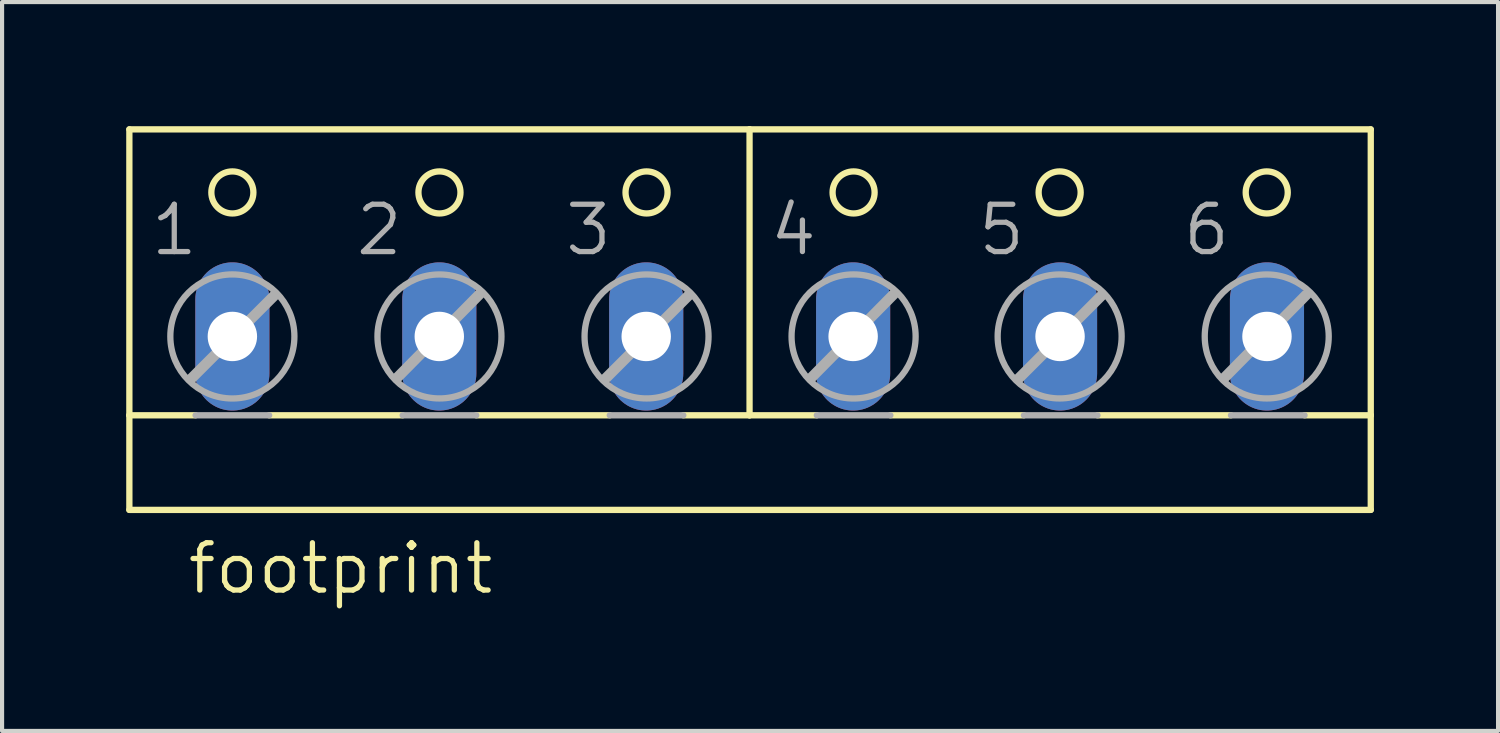
<source format=kicad_pcb>
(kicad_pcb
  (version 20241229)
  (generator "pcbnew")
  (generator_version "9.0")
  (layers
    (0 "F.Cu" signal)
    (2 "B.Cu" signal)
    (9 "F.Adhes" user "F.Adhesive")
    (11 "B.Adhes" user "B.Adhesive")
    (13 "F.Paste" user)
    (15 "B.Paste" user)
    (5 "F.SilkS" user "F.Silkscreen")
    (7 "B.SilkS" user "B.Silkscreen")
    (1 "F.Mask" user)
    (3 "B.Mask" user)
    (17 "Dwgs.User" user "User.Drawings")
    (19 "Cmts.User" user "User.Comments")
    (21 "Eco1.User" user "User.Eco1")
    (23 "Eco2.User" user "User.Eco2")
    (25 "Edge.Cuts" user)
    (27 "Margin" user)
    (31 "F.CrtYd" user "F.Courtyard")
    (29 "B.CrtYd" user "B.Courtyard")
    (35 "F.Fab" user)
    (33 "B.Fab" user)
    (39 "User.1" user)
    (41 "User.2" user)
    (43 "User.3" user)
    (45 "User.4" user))
  (footprint "footprint"
    (layer "F.Cu")
    (at 15.065 3.81)
    (property "Reference" "footprint" (at -13.643 7.544 0) (layer "F.SilkS") (effects (font (size 1.143 1.143) (thickness 0.127)) (justify left bottom)))
    (fp_line (start -14.989 3.175) (end -14.989 -3.734) (stroke (width 0.152) (type solid)) (layer "F.SilkS"))
    (fp_line (start -14.989 3.175) (end -13.389 3.175) (stroke (width 0.152) (type solid)) (layer "F.SilkS"))
    (fp_line (start -14.989 5.461) (end -14.989 3.175) (stroke (width 0.152) (type solid)) (layer "F.SilkS"))
    (fp_line (start -14.989 5.461) (end 15.008 5.461) (stroke (width 0.152) (type solid)) (layer "F.SilkS"))
    (fp_line (start -11.611 3.175) (end -8.385 3.175) (stroke (width 0.152) (type solid)) (layer "F.SilkS"))
    (fp_line (start -6.607 3.175) (end -3.381 3.175) (stroke (width 0.152) (type solid)) (layer "F.SilkS"))
    (fp_line (start -1.603 3.175) (end -0.003 3.175) (stroke (width 0.152) (type solid)) (layer "F.SilkS"))
    (fp_line (start -0.003 -3.734) (end -14.989 -3.734) (stroke (width 0.152) (type solid)) (layer "F.SilkS"))
    (fp_line (start -0.003 3.175) (end -0.003 -3.734) (stroke (width 0.152) (type solid)) (layer "F.SilkS"))
    (fp_line (start -0.003 3.175) (end 1.622 3.175) (stroke (width 0.152) (type solid)) (layer "F.SilkS"))
    (fp_line (start 3.4 3.175) (end 6.626 3.175) (stroke (width 0.152) (type solid)) (layer "F.SilkS"))
    (fp_line (start 8.404 3.175) (end 11.63 3.175) (stroke (width 0.152) (type solid)) (layer "F.SilkS"))
    (fp_line (start 13.408 3.175) (end 15.008 3.175) (stroke (width 0.152) (type solid)) (layer "F.SilkS"))
    (fp_line (start 15.008 -3.734) (end -0.003 -3.734) (stroke (width 0.152) (type solid)) (layer "F.SilkS"))
    (fp_line (start 15.008 -3.734) (end 15.008 3.175) (stroke (width 0.152) (type solid)) (layer "F.SilkS"))
    (fp_line (start 15.008 3.175) (end 15.008 5.461) (stroke (width 0.152) (type solid)) (layer "F.SilkS"))
    (fp_circle (center -12.5 -2.21) (end -11.992 -2.21) (stroke (width 0.152) (type solid)) (fill no) (layer "F.SilkS"))
    (fp_circle (center -7.496 -2.21) (end -6.988 -2.21) (stroke (width 0.152) (type solid)) (fill no) (layer "F.SilkS"))
    (fp_circle (center -2.492 -2.21) (end -1.984 -2.21) (stroke (width 0.152) (type solid)) (fill no) (layer "F.SilkS"))
    (fp_circle (center 2.511 -2.21) (end 3.019 -2.21) (stroke (width 0.152) (type solid)) (fill no) (layer "F.SilkS"))
    (fp_circle (center 7.49 -2.21) (end 7.998 -2.21) (stroke (width 0.152) (type solid)) (fill no) (layer "F.SilkS"))
    (fp_circle (center 12.494 -2.21) (end 13.002 -2.21) (stroke (width 0.152) (type solid)) (fill no) (layer "F.SilkS"))
    (fp_line (start -13.491 2.286) (end -11.484 0.279) (stroke (width 0.254) (type solid)) (layer "F.Fab"))
    (fp_line (start -13.389 3.175) (end -11.611 3.175) (stroke (width 0.152) (type solid)) (layer "F.Fab"))
    (fp_line (start -8.512 2.261) (end -6.531 0.254) (stroke (width 0.254) (type solid)) (layer "F.Fab"))
    (fp_line (start -8.385 3.175) (end -6.607 3.175) (stroke (width 0.152) (type solid)) (layer "F.Fab"))
    (fp_line (start -3.483 2.286) (end -1.476 0.279) (stroke (width 0.254) (type solid)) (layer "F.Fab"))
    (fp_line (start -3.381 3.175) (end -1.603 3.175) (stroke (width 0.152) (type solid)) (layer "F.Fab"))
    (fp_line (start 1.495 2.261) (end 3.477 0.254) (stroke (width 0.254) (type solid)) (layer "F.Fab"))
    (fp_line (start 1.622 3.175) (end 3.4 3.175) (stroke (width 0.152) (type solid)) (layer "F.Fab"))
    (fp_line (start 6.499 2.286) (end 8.506 0.279) (stroke (width 0.254) (type solid)) (layer "F.Fab"))
    (fp_line (start 6.626 3.175) (end 8.404 3.175) (stroke (width 0.152) (type solid)) (layer "F.Fab"))
    (fp_line (start 11.478 2.261) (end 13.459 0.254) (stroke (width 0.254) (type solid)) (layer "F.Fab"))
    (fp_line (start 11.63 3.175) (end 13.408 3.175) (stroke (width 0.152) (type solid)) (layer "F.Fab"))
    (fp_circle (center -12.5 1.27) (end -11.001 1.27) (stroke (width 0.152) (type solid)) (fill no) (layer "F.Fab"))
    (fp_circle (center -7.496 1.27) (end -5.998 1.27) (stroke (width 0.152) (type solid)) (fill no) (layer "F.Fab"))
    (fp_circle (center -2.492 1.27) (end -0.994 1.27) (stroke (width 0.152) (type solid)) (fill no) (layer "F.Fab"))
    (fp_circle (center 2.511 1.27) (end 4.01 1.27) (stroke (width 0.152) (type solid)) (fill no) (layer "F.Fab"))
    (fp_circle (center 7.49 1.27) (end 8.988 1.27) (stroke (width 0.152) (type solid)) (fill no) (layer "F.Fab"))
    (fp_circle (center 12.494 1.27) (end 13.992 1.27) (stroke (width 0.152) (type solid)) (fill no) (layer "F.Fab"))
    (fp_text user "2" (at -9.579 -0.635 0) (layer "F.Fab") (effects (font (size 1.143 1.143) (thickness 0.127)) (justify left bottom)))
    (fp_text user "3" (at -4.524 -0.635 0) (layer "F.Fab") (effects (font (size 1.143 1.143) (thickness 0.127)) (justify left bottom)))
    (fp_text user "1" (at -14.532 -0.635 0) (layer "F.Fab") (effects (font (size 1.143 1.143) (thickness 0.127)) (justify left bottom)))
    (fp_text user "6" (at 10.411 -0.635 0) (layer "F.Fab") (effects (font (size 1.143 1.143) (thickness 0.127)) (justify left bottom)))
    (fp_text user "5" (at 5.458 -0.635 0) (layer "F.Fab") (effects (font (size 1.143 1.143) (thickness 0.127)) (justify left bottom)))
    (fp_text user "4" (at 0.429 -0.635 0) (layer "F.Fab") (effects (font (size 1.143 1.143) (thickness 0.127)) (justify left bottom)))
    (pad "1" thru_hole oval (at -12.5 1.27 90) (size 3.581 1.791) (drill 1.194) (layers "*.Cu" "*.Mask"))
    (pad "2" thru_hole oval (at -7.5 1.27 90) (size 3.581 1.791) (drill 1.194) (layers "*.Cu" "*.Mask"))
    (pad "3" thru_hole oval (at -2.5 1.27 90) (size 3.581 1.791) (drill 1.194) (layers "*.Cu" "*.Mask"))
    (pad "4" thru_hole oval (at 2.5 1.27 90) (size 3.581 1.791) (drill 1.194) (layers "*.Cu" "*.Mask"))
    (pad "5" thru_hole oval (at 7.5 1.27 90) (size 3.581 1.791) (drill 1.194) (layers "*.Cu" "*.Mask"))
    (pad "6" thru_hole oval (at 12.5 1.27 90) (size 3.581 1.791) (drill 1.194) (layers "*.Cu" "*.Mask")))
  (gr_rect
    (start -3 -3)
    (end 33.149 14.613)
    (stroke (width 0.1) (type default))
    (fill no)
    (layer "Edge.Cuts")))
</source>
